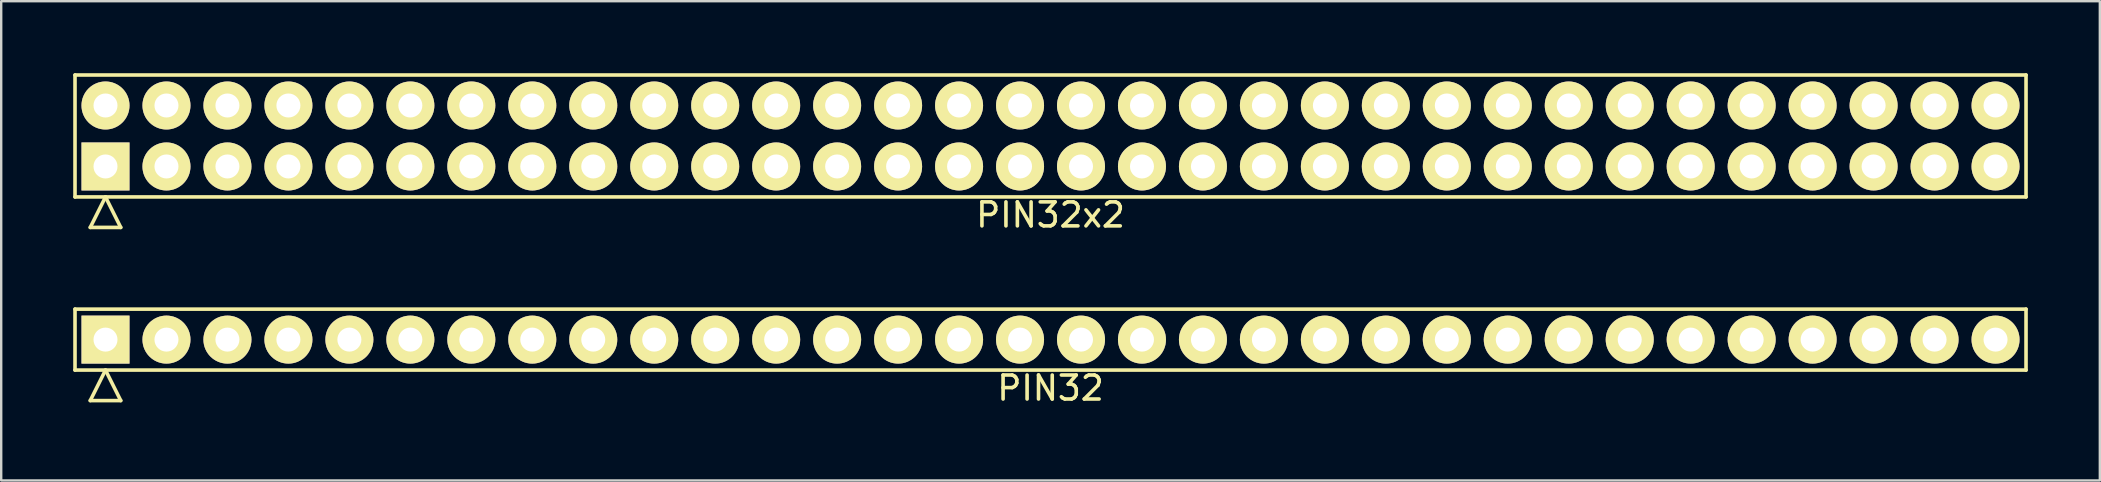
<source format=kicad_pcb>
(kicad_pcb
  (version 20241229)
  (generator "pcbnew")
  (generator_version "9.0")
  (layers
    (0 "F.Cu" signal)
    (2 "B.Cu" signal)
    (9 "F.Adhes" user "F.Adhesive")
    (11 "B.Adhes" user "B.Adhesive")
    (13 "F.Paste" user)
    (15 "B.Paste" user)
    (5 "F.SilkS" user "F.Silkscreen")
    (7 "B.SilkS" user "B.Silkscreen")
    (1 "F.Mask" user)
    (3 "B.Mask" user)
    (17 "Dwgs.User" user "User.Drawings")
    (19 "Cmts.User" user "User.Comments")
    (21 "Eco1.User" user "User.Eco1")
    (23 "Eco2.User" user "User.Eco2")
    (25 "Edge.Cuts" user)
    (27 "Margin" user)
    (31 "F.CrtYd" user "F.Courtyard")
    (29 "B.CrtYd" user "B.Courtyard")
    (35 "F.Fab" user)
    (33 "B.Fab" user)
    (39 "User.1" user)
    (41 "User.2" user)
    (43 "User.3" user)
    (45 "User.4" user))
  (footprint "PIN32"
    (layer "F.Cu")
    (at 40.715 11.098)
    (property "Reference" "PIN32" (at 0 2.02 0) (layer "F.SilkS") (effects (font (size 1 1) (thickness 0.15))))
    (attr through_hole)
    (fp_line (start -40.64 -1.27) (end -40.64 1.27) (stroke (width 0.15) (type solid)) (layer "F.SilkS"))
    (fp_line (start -40.64 1.27) (end 40.64 1.27) (stroke (width 0.15) (type solid)) (layer "F.SilkS"))
    (fp_line (start -40.005 2.54) (end -39.37 1.27) (stroke (width 0.15) (type solid)) (layer "F.SilkS"))
    (fp_line (start -40.005 2.54) (end -38.735 2.54) (stroke (width 0.15) (type solid)) (layer "F.SilkS"))
    (fp_line (start -38.735 2.54) (end -39.37 1.27) (stroke (width 0.15) (type solid)) (layer "F.SilkS"))
    (fp_line (start 40.64 -1.27) (end -40.64 -1.27) (stroke (width 0.15) (type solid)) (layer "F.SilkS"))
    (fp_line (start 40.64 1.27) (end 40.64 -1.27) (stroke (width 0.15) (type solid)) (layer "F.SilkS"))
    (pad "1" thru_hole rect (at -39.37 0) (size 2 2) (drill 1) (layers "*.Cu" "*.Mask" "F.SilkS"))
    (pad "2" thru_hole circle (at -36.83 0) (size 2 2) (drill 1) (layers "*.Cu" "*.Mask" "F.SilkS"))
    (pad "3" thru_hole circle (at -34.29 0) (size 2 2) (drill 1) (layers "*.Cu" "*.Mask" "F.SilkS"))
    (pad "4" thru_hole circle (at -31.75 0) (size 2 2) (drill 1) (layers "*.Cu" "*.Mask" "F.SilkS"))
    (pad "5" thru_hole circle (at -29.21 0) (size 2 2) (drill 1) (layers "*.Cu" "*.Mask" "F.SilkS"))
    (pad "6" thru_hole circle (at -26.67 0) (size 2 2) (drill 1) (layers "*.Cu" "*.Mask" "F.SilkS"))
    (pad "7" thru_hole circle (at -24.13 0) (size 2 2) (drill 1) (layers "*.Cu" "*.Mask" "F.SilkS"))
    (pad "8" thru_hole circle (at -21.59 0) (size 2 2) (drill 1) (layers "*.Cu" "*.Mask" "F.SilkS"))
    (pad "9" thru_hole circle (at -19.05 0) (size 2 2) (drill 1) (layers "*.Cu" "*.Mask" "F.SilkS"))
    (pad "10" thru_hole circle (at -16.51 0) (size 2 2) (drill 1) (layers "*.Cu" "*.Mask" "F.SilkS"))
    (pad "11" thru_hole circle (at -13.97 0) (size 2 2) (drill 1) (layers "*.Cu" "*.Mask" "F.SilkS"))
    (pad "12" thru_hole circle (at -11.43 0) (size 2 2) (drill 1) (layers "*.Cu" "*.Mask" "F.SilkS"))
    (pad "13" thru_hole circle (at -8.89 0) (size 2 2) (drill 1) (layers "*.Cu" "*.Mask" "F.SilkS"))
    (pad "14" thru_hole circle (at -6.35 0) (size 2 2) (drill 1) (layers "*.Cu" "*.Mask" "F.SilkS"))
    (pad "15" thru_hole circle (at -3.81 0) (size 2 2) (drill 1) (layers "*.Cu" "*.Mask" "F.SilkS"))
    (pad "16" thru_hole circle (at -1.27 0) (size 2 2) (drill 1) (layers "*.Cu" "*.Mask" "F.SilkS"))
    (pad "17" thru_hole circle (at 1.27 0) (size 2 2) (drill 1) (layers "*.Cu" "*.Mask" "F.SilkS"))
    (pad "18" thru_hole circle (at 3.81 0) (size 2 2) (drill 1) (layers "*.Cu" "*.Mask" "F.SilkS"))
    (pad "19" thru_hole circle (at 6.35 0) (size 2 2) (drill 1) (layers "*.Cu" "*.Mask" "F.SilkS"))
    (pad "20" thru_hole circle (at 8.89 0) (size 2 2) (drill 1) (layers "*.Cu" "*.Mask" "F.SilkS"))
    (pad "21" thru_hole circle (at 11.43 0) (size 2 2) (drill 1) (layers "*.Cu" "*.Mask" "F.SilkS"))
    (pad "22" thru_hole circle (at 13.97 0) (size 2 2) (drill 1) (layers "*.Cu" "*.Mask" "F.SilkS"))
    (pad "23" thru_hole circle (at 16.51 0) (size 2 2) (drill 1) (layers "*.Cu" "*.Mask" "F.SilkS"))
    (pad "24" thru_hole circle (at 19.05 0) (size 2 2) (drill 1) (layers "*.Cu" "*.Mask" "F.SilkS"))
    (pad "25" thru_hole circle (at 21.59 0) (size 2 2) (drill 1) (layers "*.Cu" "*.Mask" "F.SilkS"))
    (pad "26" thru_hole circle (at 24.13 0) (size 2 2) (drill 1) (layers "*.Cu" "*.Mask" "F.SilkS"))
    (pad "27" thru_hole circle (at 26.67 0) (size 2 2) (drill 1) (layers "*.Cu" "*.Mask" "F.SilkS"))
    (pad "28" thru_hole circle (at 29.21 0) (size 2 2) (drill 1) (layers "*.Cu" "*.Mask" "F.SilkS"))
    (pad "29" thru_hole circle (at 31.75 0) (size 2 2) (drill 1) (layers "*.Cu" "*.Mask" "F.SilkS"))
    (pad "30" thru_hole circle (at 34.29 0) (size 2 2) (drill 1) (layers "*.Cu" "*.Mask" "F.SilkS"))
    (pad "31" thru_hole circle (at 36.83 0) (size 2 2) (drill 1) (layers "*.Cu" "*.Mask" "F.SilkS"))
    (pad "32" thru_hole circle (at 39.37 0) (size 2 2) (drill 1) (layers "*.Cu" "*.Mask" "F.SilkS")))
  (footprint "PIN32x2"
    (layer "F.Cu")
    (at 40.715 2.615)
    (property "Reference" "PIN32x2" (at 0 3.29 0) (layer "F.SilkS") (effects (font (size 1 1) (thickness 0.15))))
    (attr through_hole)
    (fp_line (start -40.64 -2.54) (end -40.64 2.54) (stroke (width 0.15) (type solid)) (layer "F.SilkS"))
    (fp_line (start -40.64 2.54) (end 40.64 2.54) (stroke (width 0.15) (type solid)) (layer "F.SilkS"))
    (fp_line (start -40.005 3.81) (end -39.37 2.54) (stroke (width 0.15) (type solid)) (layer "F.SilkS"))
    (fp_line (start -40.005 3.81) (end -38.735 3.81) (stroke (width 0.15) (type solid)) (layer "F.SilkS"))
    (fp_line (start -38.735 3.81) (end -39.37 2.54) (stroke (width 0.15) (type solid)) (layer "F.SilkS"))
    (fp_line (start 40.64 -2.54) (end -40.64 -2.54) (stroke (width 0.15) (type solid)) (layer "F.SilkS"))
    (fp_line (start 40.64 2.54) (end 40.64 -2.54) (stroke (width 0.15) (type solid)) (layer "F.SilkS"))
    (pad "1" thru_hole rect (at -39.37 1.27) (size 2 2) (drill 1) (layers "*.Cu" "*.Mask" "F.SilkS"))
    (pad "2" thru_hole circle (at -39.37 -1.27) (size 2 2) (drill 1) (layers "*.Cu" "*.Mask" "F.SilkS"))
    (pad "3" thru_hole circle (at -36.83 1.27) (size 2 2) (drill 1) (layers "*.Cu" "*.Mask" "F.SilkS"))
    (pad "4" thru_hole circle (at -36.83 -1.27) (size 2 2) (drill 1) (layers "*.Cu" "*.Mask" "F.SilkS"))
    (pad "5" thru_hole circle (at -34.29 1.27) (size 2 2) (drill 1) (layers "*.Cu" "*.Mask" "F.SilkS"))
    (pad "6" thru_hole circle (at -34.29 -1.27) (size 2 2) (drill 1) (layers "*.Cu" "*.Mask" "F.SilkS"))
    (pad "7" thru_hole circle (at -31.75 1.27) (size 2 2) (drill 1) (layers "*.Cu" "*.Mask" "F.SilkS"))
    (pad "8" thru_hole circle (at -31.75 -1.27) (size 2 2) (drill 1) (layers "*.Cu" "*.Mask" "F.SilkS"))
    (pad "9" thru_hole circle (at -29.21 1.27) (size 2 2) (drill 1) (layers "*.Cu" "*.Mask" "F.SilkS"))
    (pad "10" thru_hole circle (at -29.21 -1.27) (size 2 2) (drill 1) (layers "*.Cu" "*.Mask" "F.SilkS"))
    (pad "11" thru_hole circle (at -26.67 1.27) (size 2 2) (drill 1) (layers "*.Cu" "*.Mask" "F.SilkS"))
    (pad "12" thru_hole circle (at -26.67 -1.27) (size 2 2) (drill 1) (layers "*.Cu" "*.Mask" "F.SilkS"))
    (pad "13" thru_hole circle (at -24.13 1.27) (size 2 2) (drill 1) (layers "*.Cu" "*.Mask" "F.SilkS"))
    (pad "14" thru_hole circle (at -24.13 -1.27) (size 2 2) (drill 1) (layers "*.Cu" "*.Mask" "F.SilkS"))
    (pad "15" thru_hole circle (at -21.59 1.27) (size 2 2) (drill 1) (layers "*.Cu" "*.Mask" "F.SilkS"))
    (pad "16" thru_hole circle (at -21.59 -1.27) (size 2 2) (drill 1) (layers "*.Cu" "*.Mask" "F.SilkS"))
    (pad "17" thru_hole circle (at -19.05 1.27) (size 2 2) (drill 1) (layers "*.Cu" "*.Mask" "F.SilkS"))
    (pad "18" thru_hole circle (at -19.05 -1.27) (size 2 2) (drill 1) (layers "*.Cu" "*.Mask" "F.SilkS"))
    (pad "19" thru_hole circle (at -16.51 1.27) (size 2 2) (drill 1) (layers "*.Cu" "*.Mask" "F.SilkS"))
    (pad "20" thru_hole circle (at -16.51 -1.27) (size 2 2) (drill 1) (layers "*.Cu" "*.Mask" "F.SilkS"))
    (pad "21" thru_hole circle (at -13.97 1.27) (size 2 2) (drill 1) (layers "*.Cu" "*.Mask" "F.SilkS"))
    (pad "22" thru_hole circle (at -13.97 -1.27) (size 2 2) (drill 1) (layers "*.Cu" "*.Mask" "F.SilkS"))
    (pad "23" thru_hole circle (at -11.43 1.27) (size 2 2) (drill 1) (layers "*.Cu" "*.Mask" "F.SilkS"))
    (pad "24" thru_hole circle (at -11.43 -1.27) (size 2 2) (drill 1) (layers "*.Cu" "*.Mask" "F.SilkS"))
    (pad "25" thru_hole circle (at -8.89 1.27) (size 2 2) (drill 1) (layers "*.Cu" "*.Mask" "F.SilkS"))
    (pad "26" thru_hole circle (at -8.89 -1.27) (size 2 2) (drill 1) (layers "*.Cu" "*.Mask" "F.SilkS"))
    (pad "27" thru_hole circle (at -6.35 1.27) (size 2 2) (drill 1) (layers "*.Cu" "*.Mask" "F.SilkS"))
    (pad "28" thru_hole circle (at -6.35 -1.27) (size 2 2) (drill 1) (layers "*.Cu" "*.Mask" "F.SilkS"))
    (pad "29" thru_hole circle (at -3.81 1.27) (size 2 2) (drill 1) (layers "*.Cu" "*.Mask" "F.SilkS"))
    (pad "30" thru_hole circle (at -3.81 -1.27) (size 2 2) (drill 1) (layers "*.Cu" "*.Mask" "F.SilkS"))
    (pad "31" thru_hole circle (at -1.27 1.27) (size 2 2) (drill 1) (layers "*.Cu" "*.Mask" "F.SilkS"))
    (pad "32" thru_hole circle (at -1.27 -1.27) (size 2 2) (drill 1) (layers "*.Cu" "*.Mask" "F.SilkS"))
    (pad "33" thru_hole circle (at 1.27 1.27) (size 2 2) (drill 1) (layers "*.Cu" "*.Mask" "F.SilkS"))
    (pad "34" thru_hole circle (at 1.27 -1.27) (size 2 2) (drill 1) (layers "*.Cu" "*.Mask" "F.SilkS"))
    (pad "35" thru_hole circle (at 3.81 1.27) (size 2 2) (drill 1) (layers "*.Cu" "*.Mask" "F.SilkS"))
    (pad "36" thru_hole circle (at 3.81 -1.27) (size 2 2) (drill 1) (layers "*.Cu" "*.Mask" "F.SilkS"))
    (pad "37" thru_hole circle (at 6.35 1.27) (size 2 2) (drill 1) (layers "*.Cu" "*.Mask" "F.SilkS"))
    (pad "38" thru_hole circle (at 6.35 -1.27) (size 2 2) (drill 1) (layers "*.Cu" "*.Mask" "F.SilkS"))
    (pad "39" thru_hole circle (at 8.89 1.27) (size 2 2) (drill 1) (layers "*.Cu" "*.Mask" "F.SilkS"))
    (pad "40" thru_hole circle (at 8.89 -1.27) (size 2 2) (drill 1) (layers "*.Cu" "*.Mask" "F.SilkS"))
    (pad "41" thru_hole circle (at 11.43 1.27) (size 2 2) (drill 1) (layers "*.Cu" "*.Mask" "F.SilkS"))
    (pad "42" thru_hole circle (at 11.43 -1.27) (size 2 2) (drill 1) (layers "*.Cu" "*.Mask" "F.SilkS"))
    (pad "43" thru_hole circle (at 13.97 1.27) (size 2 2) (drill 1) (layers "*.Cu" "*.Mask" "F.SilkS"))
    (pad "44" thru_hole circle (at 13.97 -1.27) (size 2 2) (drill 1) (layers "*.Cu" "*.Mask" "F.SilkS"))
    (pad "45" thru_hole circle (at 16.51 1.27) (size 2 2) (drill 1) (layers "*.Cu" "*.Mask" "F.SilkS"))
    (pad "46" thru_hole circle (at 16.51 -1.27) (size 2 2) (drill 1) (layers "*.Cu" "*.Mask" "F.SilkS"))
    (pad "47" thru_hole circle (at 19.05 1.27) (size 2 2) (drill 1) (layers "*.Cu" "*.Mask" "F.SilkS"))
    (pad "48" thru_hole circle (at 19.05 -1.27) (size 2 2) (drill 1) (layers "*.Cu" "*.Mask" "F.SilkS"))
    (pad "49" thru_hole circle (at 21.59 1.27) (size 2 2) (drill 1) (layers "*.Cu" "*.Mask" "F.SilkS"))
    (pad "50" thru_hole circle (at 21.59 -1.27) (size 2 2) (drill 1) (layers "*.Cu" "*.Mask" "F.SilkS"))
    (pad "51" thru_hole circle (at 24.13 1.27) (size 2 2) (drill 1) (layers "*.Cu" "*.Mask" "F.SilkS"))
    (pad "52" thru_hole circle (at 24.13 -1.27) (size 2 2) (drill 1) (layers "*.Cu" "*.Mask" "F.SilkS"))
    (pad "53" thru_hole circle (at 26.67 1.27) (size 2 2) (drill 1) (layers "*.Cu" "*.Mask" "F.SilkS"))
    (pad "54" thru_hole circle (at 26.67 -1.27) (size 2 2) (drill 1) (layers "*.Cu" "*.Mask" "F.SilkS"))
    (pad "55" thru_hole circle (at 29.21 1.27) (size 2 2) (drill 1) (layers "*.Cu" "*.Mask" "F.SilkS"))
    (pad "56" thru_hole circle (at 29.21 -1.27) (size 2 2) (drill 1) (layers "*.Cu" "*.Mask" "F.SilkS"))
    (pad "57" thru_hole circle (at 31.75 1.27) (size 2 2) (drill 1) (layers "*.Cu" "*.Mask" "F.SilkS"))
    (pad "58" thru_hole circle (at 31.75 -1.27) (size 2 2) (drill 1) (layers "*.Cu" "*.Mask" "F.SilkS"))
    (pad "59" thru_hole circle (at 34.29 1.27) (size 2 2) (drill 1) (layers "*.Cu" "*.Mask" "F.SilkS"))
    (pad "60" thru_hole circle (at 34.29 -1.27) (size 2 2) (drill 1) (layers "*.Cu" "*.Mask" "F.SilkS"))
    (pad "61" thru_hole circle (at 36.83 1.27) (size 2 2) (drill 1) (layers "*.Cu" "*.Mask" "F.SilkS"))
    (pad "62" thru_hole circle (at 36.83 -1.27) (size 2 2) (drill 1) (layers "*.Cu" "*.Mask" "F.SilkS"))
    (pad "63" thru_hole circle (at 39.37 1.27) (size 2 2) (drill 1) (layers "*.Cu" "*.Mask" "F.SilkS"))
    (pad "64" thru_hole circle (at 39.37 -1.27) (size 2 2) (drill 1) (layers "*.Cu" "*.Mask" "F.SilkS")))
  (gr_rect
    (start -3 -3)
    (end 84.43 16.966)
    (stroke (width 0.1) (type default))
    (fill no)
    (layer "Edge.Cuts")))
</source>
